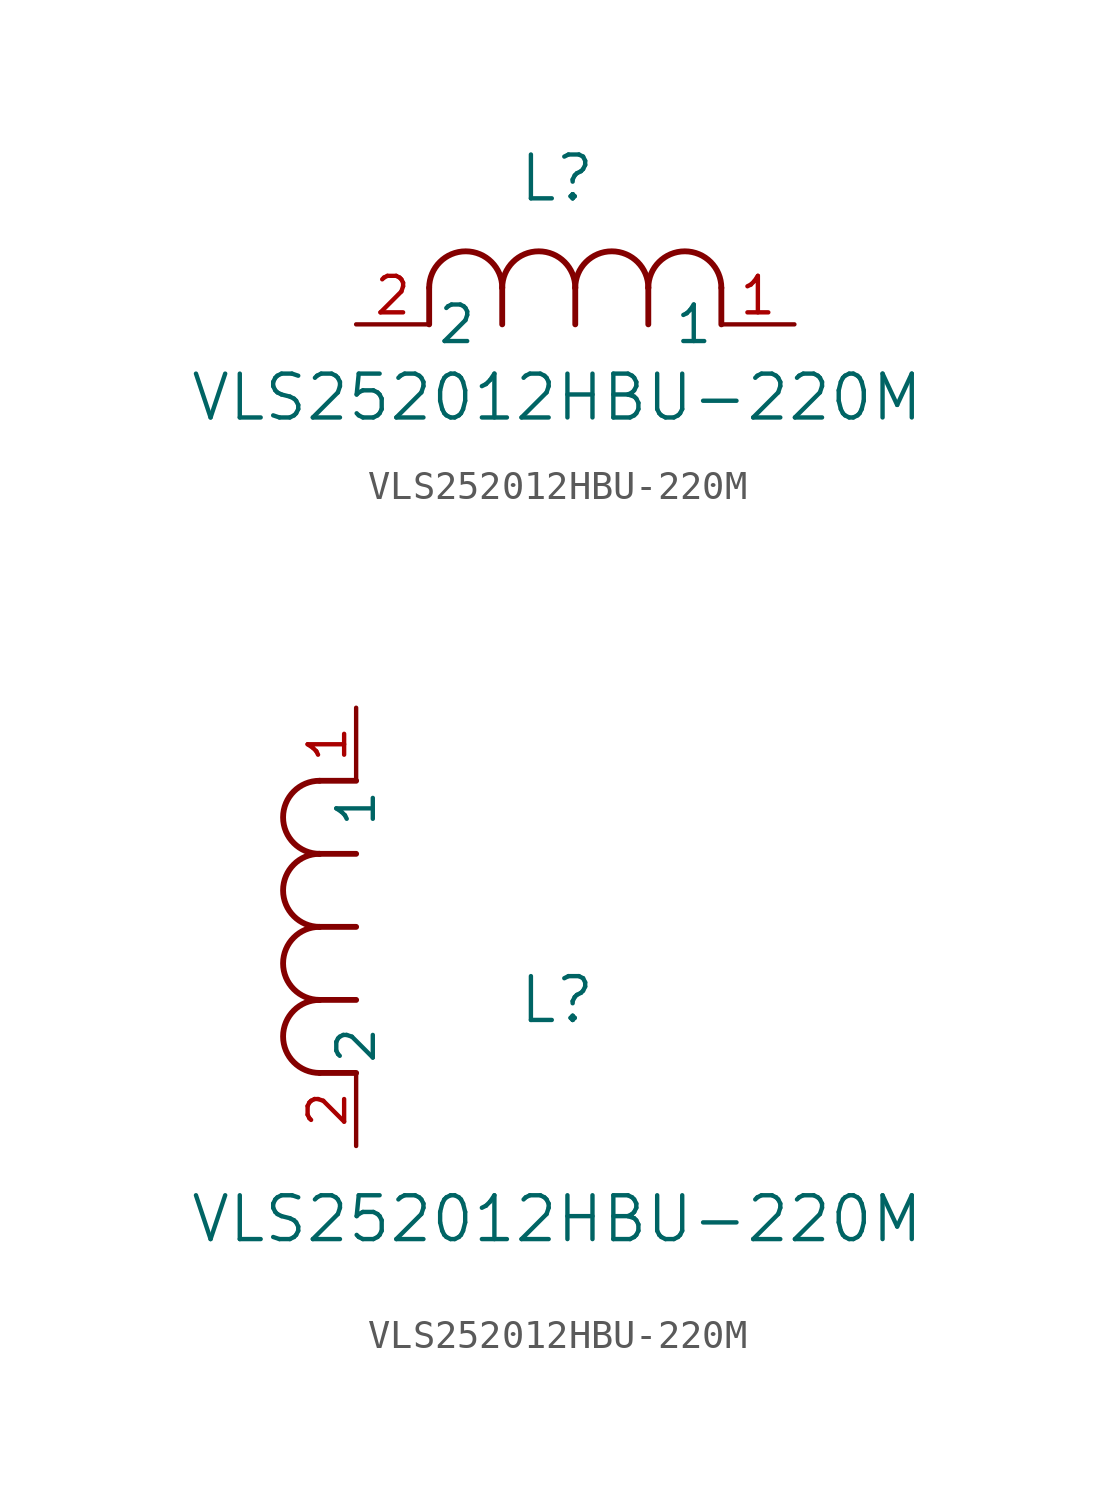
<source format=kicad_sym>
(kicad_symbol_lib
  (version 20211014)
  (generator kicad_symbol_editor)
  (symbol "VLS252012HBU-220M"
    (pin_names
      (offset 0.254))
    (property "Reference" "L"
      (at 6.985 5.08 0)
      (effects (font (size 1.524 1.524))))
    (property "Value" "VLS252012HBU-220M"
      (at 6.985 -2.54 0)
      (effects (font (size 1.524 1.524))))
    (symbol "VLS252012HBU-220M_1_1"
      (arc (start 7.62 1.27) (mid 6.35 2.54) (end 5.08 1.27) (stroke (width 0.2032) (type default) (color 0 0 0 0)) (fill (type none)))
      (polyline (pts (xy 5.08 0) (xy 5.08 1.27)) (stroke (width 0.203) (type default) (color 0 0 0 0)) (fill (type none)))
      (polyline (pts (xy 7.62 0) (xy 7.62 1.27)) (stroke (width 0.203) (type default) (color 0 0 0 0)) (fill (type none)))
      (polyline (pts (xy 12.7 0) (xy 12.7 1.27)) (stroke (width 0.203) (type default) (color 0 0 0 0)) (fill (type none)))
      (arc (start 5.08 1.27) (mid 3.81 2.54) (end 2.54 1.27) (stroke (width 0.2032) (type default) (color 0 0 0 0)) (fill (type none)))
      (arc (start 10.16 1.27) (mid 8.89 2.54) (end 7.62 1.27) (stroke (width 0.2032) (type default) (color 0 0 0 0)) (fill (type none)))
      (arc (start 12.7 1.27) (mid 11.43 2.54) (end 10.16 1.27) (stroke (width 0.2032) (type default) (color 0 0 0 0)) (fill (type none)))
      (polyline (pts (xy 2.54 0) (xy 2.54 1.27)) (stroke (width 0.203) (type default) (color 0 0 0 0)) (fill (type none)))
      (polyline (pts (xy 10.16 0) (xy 10.16 1.27)) (stroke (width 0.203) (type default) (color 0 0 0 0)) (fill (type none)))
      (pin unspecified line (at 0 0 0) (length 2.54) (name "2" (effects (font (size 1.27 1.27)))) (number "2" (effects (font (size 1.27 1.27)))))
      (pin unspecified line (at 15.24 0 180) (length 2.54) (name "1" (effects (font (size 1.27 1.27)))) (number "1" (effects (font (size 1.27 1.27))))))
    (symbol "VLS252012HBU-220M_1_2"
      (arc (start -1.27 7.62) (mid -2.54 6.35) (end -1.27 5.08) (stroke (width 0.2032) (type default) (color 0 0 0 0)) (fill (type none)))
      (arc (start -1.27 5.08) (mid -2.54 3.81) (end -1.27 2.54) (stroke (width 0.2032) (type default) (color 0 0 0 0)) (fill (type none)))
      (arc (start -1.27 12.7) (mid -2.54 11.43) (end -1.27 10.16) (stroke (width 0.2032) (type default) (color 0 0 0 0)) (fill (type none)))
      (arc (start -1.27 10.16) (mid -2.54 8.89) (end -1.27 7.62) (stroke (width 0.2032) (type default) (color 0 0 0 0)) (fill (type none)))
      (polyline (pts (xy 0 7.62) (xy -1.27 7.62)) (stroke (width 0.203) (type default) (color 0 0 0 0)) (fill (type none)))
      (polyline (pts (xy 0 5.08) (xy -1.27 5.08)) (stroke (width 0.203) (type default) (color 0 0 0 0)) (fill (type none)))
      (polyline (pts (xy 0 12.7) (xy -1.27 12.7)) (stroke (width 0.203) (type default) (color 0 0 0 0)) (fill (type none)))
      (polyline (pts (xy 0 2.54) (xy -1.27 2.54)) (stroke (width 0.203) (type default) (color 0 0 0 0)) (fill (type none)))
      (polyline (pts (xy 0 10.16) (xy -1.27 10.16)) (stroke (width 0.203) (type default) (color 0 0 0 0)) (fill (type none)))
      (pin unspecified line (at 0 0 90) (length 2.54) (name "2" (effects (font (size 1.27 1.27)))) (number "2" (effects (font (size 1.27 1.27)))))
      (pin unspecified line (at 0 15.24 270) (length 2.54) (name "1" (effects (font (size 1.27 1.27)))) (number "1" (effects (font (size 1.27 1.27))))))))
</source>
